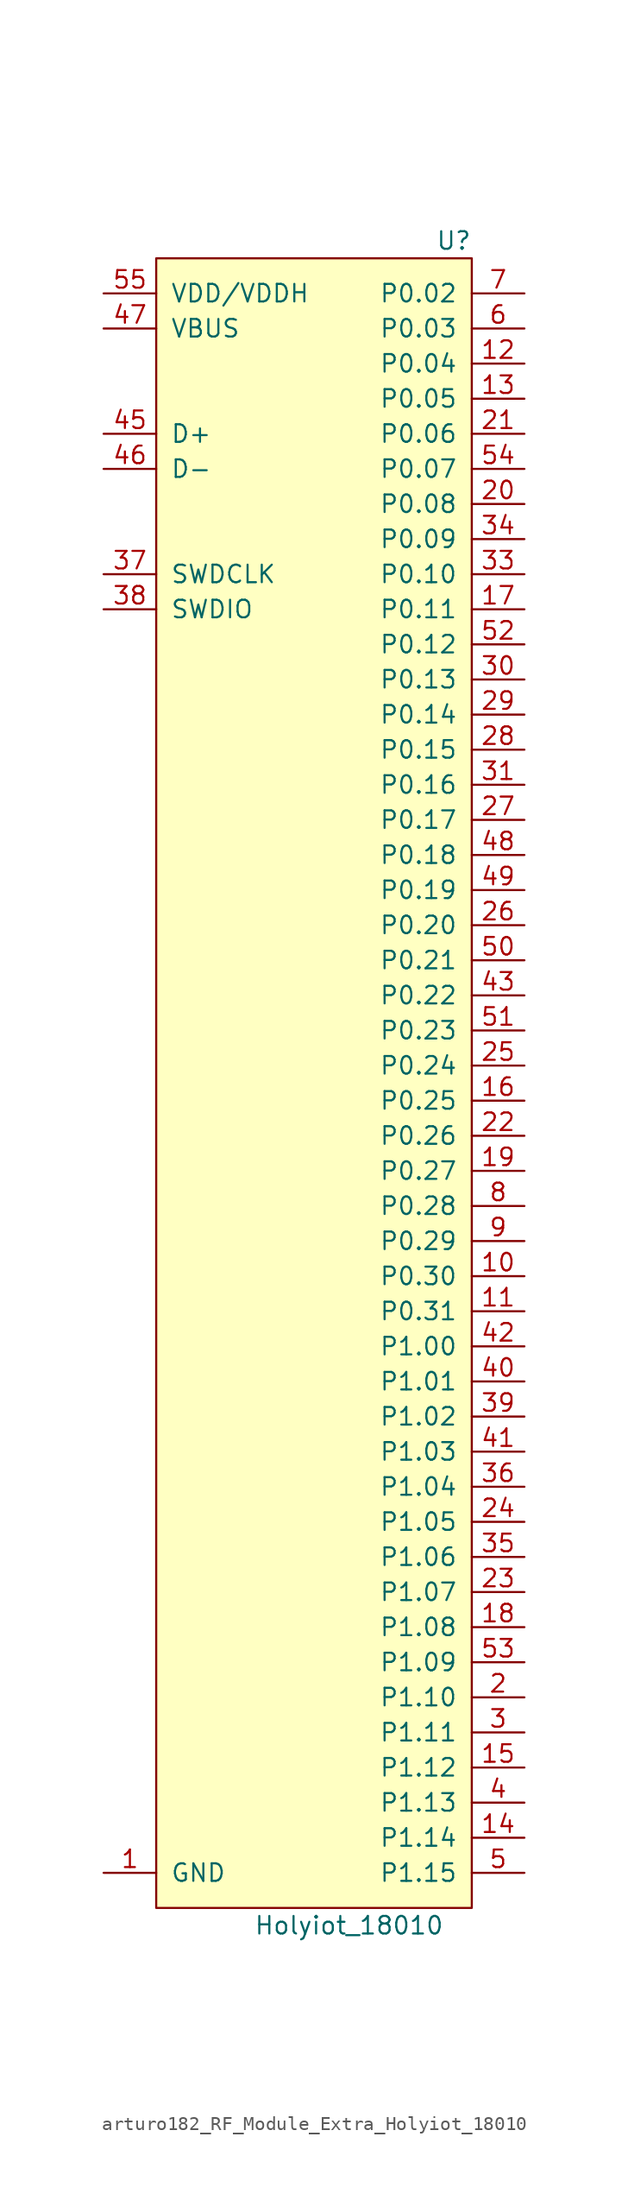
<source format=kicad_sym>
(kicad_symbol_lib
  (version 20220914)
  (generator kicad_symbol_editor)
  (symbol "arturo182_RF_Module_Extra_Holyiot_18010"
    (pin_names
      (offset 1.016))
    (property "Reference" "U"
      (at 11.43 57.15 0)
      (effects (font (size 1.27 1.27)) (justify right)))
    (property "Value" "Holyiot_18010"
      (at 2.54 -64.77 0)
      (effects (font (size 1.27 1.27))))
    (symbol "arturo182_RF_Module_Extra_Holyiot_18010_0_1"
      (rectangle (start -11.43 55.88) (end 11.43 -63.5) (stroke (width 0) (type default)) (fill (type background))))
    (symbol "arturo182_RF_Module_Extra_Holyiot_18010_1_1"
      (pin power_in line (at -15.24 -60.96 0) (length 3.81) (name "GND" (effects (font (size 1.27 1.27)))) (number "1" (effects (font (size 1.27 1.27)))))
      (pin bidirectional line (at 15.24 -17.78 180) (length 3.81) (name "P0.30" (effects (font (size 1.27 1.27)))) (number "10" (effects (font (size 1.27 1.27)))))
      (pin bidirectional line (at 15.24 -20.32 180) (length 3.81) (name "P0.31" (effects (font (size 1.27 1.27)))) (number "11" (effects (font (size 1.27 1.27)))))
      (pin bidirectional line (at 15.24 48.26 180) (length 3.81) (name "P0.04" (effects (font (size 1.27 1.27)))) (number "12" (effects (font (size 1.27 1.27)))))
      (pin bidirectional line (at 15.24 45.72 180) (length 3.81) (name "P0.05" (effects (font (size 1.27 1.27)))) (number "13" (effects (font (size 1.27 1.27)))))
      (pin bidirectional line (at 15.24 -58.42 180) (length 3.81) (name "P1.14" (effects (font (size 1.27 1.27)))) (number "14" (effects (font (size 1.27 1.27)))))
      (pin bidirectional line (at 15.24 -53.34 180) (length 3.81) (name "P1.12" (effects (font (size 1.27 1.27)))) (number "15" (effects (font (size 1.27 1.27)))))
      (pin bidirectional line (at 15.24 -5.08 180) (length 3.81) (name "P0.25" (effects (font (size 1.27 1.27)))) (number "16" (effects (font (size 1.27 1.27)))))
      (pin bidirectional line (at 15.24 30.48 180) (length 3.81) (name "P0.11" (effects (font (size 1.27 1.27)))) (number "17" (effects (font (size 1.27 1.27)))))
      (pin bidirectional line (at 15.24 -43.18 180) (length 3.81) (name "P1.08" (effects (font (size 1.27 1.27)))) (number "18" (effects (font (size 1.27 1.27)))))
      (pin bidirectional line (at 15.24 -10.16 180) (length 3.81) (name "P0.27" (effects (font (size 1.27 1.27)))) (number "19" (effects (font (size 1.27 1.27)))))
      (pin bidirectional line (at 15.24 -48.26 180) (length 3.81) (name "P1.10" (effects (font (size 1.27 1.27)))) (number "2" (effects (font (size 1.27 1.27)))))
      (pin bidirectional line (at 15.24 38.1 180) (length 3.81) (name "P0.08" (effects (font (size 1.27 1.27)))) (number "20" (effects (font (size 1.27 1.27)))))
      (pin bidirectional line (at 15.24 43.18 180) (length 3.81) (name "P0.06" (effects (font (size 1.27 1.27)))) (number "21" (effects (font (size 1.27 1.27)))))
      (pin bidirectional line (at 15.24 -7.62 180) (length 3.81) (name "P0.26" (effects (font (size 1.27 1.27)))) (number "22" (effects (font (size 1.27 1.27)))))
      (pin bidirectional line (at 15.24 -40.64 180) (length 3.81) (name "P1.07" (effects (font (size 1.27 1.27)))) (number "23" (effects (font (size 1.27 1.27)))))
      (pin bidirectional line (at 15.24 -35.56 180) (length 3.81) (name "P1.05" (effects (font (size 1.27 1.27)))) (number "24" (effects (font (size 1.27 1.27)))))
      (pin bidirectional line (at 15.24 -2.54 180) (length 3.81) (name "P0.24" (effects (font (size 1.27 1.27)))) (number "25" (effects (font (size 1.27 1.27)))))
      (pin bidirectional line (at 15.24 7.62 180) (length 3.81) (name "P0.20" (effects (font (size 1.27 1.27)))) (number "26" (effects (font (size 1.27 1.27)))))
      (pin bidirectional line (at 15.24 15.24 180) (length 3.81) (name "P0.17" (effects (font (size 1.27 1.27)))) (number "27" (effects (font (size 1.27 1.27)))))
      (pin bidirectional line (at 15.24 20.32 180) (length 3.81) (name "P0.15" (effects (font (size 1.27 1.27)))) (number "28" (effects (font (size 1.27 1.27)))))
      (pin bidirectional line (at 15.24 22.86 180) (length 3.81) (name "P0.14" (effects (font (size 1.27 1.27)))) (number "29" (effects (font (size 1.27 1.27)))))
      (pin bidirectional line (at 15.24 -50.8 180) (length 3.81) (name "P1.11" (effects (font (size 1.27 1.27)))) (number "3" (effects (font (size 1.27 1.27)))))
      (pin bidirectional line (at 15.24 25.4 180) (length 3.81) (name "P0.13" (effects (font (size 1.27 1.27)))) (number "30" (effects (font (size 1.27 1.27)))))
      (pin bidirectional line (at 15.24 17.78 180) (length 3.81) (name "P0.16" (effects (font (size 1.27 1.27)))) (number "31" (effects (font (size 1.27 1.27)))))
      (pin passive line (at -15.24 -60.96 0) (length 3.81) hide (name "GND" (effects (font (size 1.27 1.27)))) (number "32" (effects (font (size 1.27 1.27)))))
      (pin bidirectional line (at 15.24 33.02 180) (length 3.81) (name "P0.10" (effects (font (size 1.27 1.27)))) (number "33" (effects (font (size 1.27 1.27)))))
      (pin bidirectional line (at 15.24 35.56 180) (length 3.81) (name "P0.09" (effects (font (size 1.27 1.27)))) (number "34" (effects (font (size 1.27 1.27)))))
      (pin bidirectional line (at 15.24 -38.1 180) (length 3.81) (name "P1.06" (effects (font (size 1.27 1.27)))) (number "35" (effects (font (size 1.27 1.27)))))
      (pin bidirectional line (at 15.24 -33.02 180) (length 3.81) (name "P1.04" (effects (font (size 1.27 1.27)))) (number "36" (effects (font (size 1.27 1.27)))))
      (pin input line (at -15.24 33.02 0) (length 3.81) (name "SWDCLK" (effects (font (size 1.27 1.27)))) (number "37" (effects (font (size 1.27 1.27)))))
      (pin bidirectional line (at -15.24 30.48 0) (length 3.81) (name "SWDIO" (effects (font (size 1.27 1.27)))) (number "38" (effects (font (size 1.27 1.27)))))
      (pin bidirectional line (at 15.24 -27.94 180) (length 3.81) (name "P1.02" (effects (font (size 1.27 1.27)))) (number "39" (effects (font (size 1.27 1.27)))))
      (pin bidirectional line (at 15.24 -55.88 180) (length 3.81) (name "P1.13" (effects (font (size 1.27 1.27)))) (number "4" (effects (font (size 1.27 1.27)))))
      (pin bidirectional line (at 15.24 -25.4 180) (length 3.81) (name "P1.01" (effects (font (size 1.27 1.27)))) (number "40" (effects (font (size 1.27 1.27)))))
      (pin bidirectional line (at 15.24 -30.48 180) (length 3.81) (name "P1.03" (effects (font (size 1.27 1.27)))) (number "41" (effects (font (size 1.27 1.27)))))
      (pin bidirectional line (at 15.24 -22.86 180) (length 3.81) (name "P1.00" (effects (font (size 1.27 1.27)))) (number "42" (effects (font (size 1.27 1.27)))))
      (pin bidirectional line (at 15.24 2.54 180) (length 3.81) (name "P0.22" (effects (font (size 1.27 1.27)))) (number "43" (effects (font (size 1.27 1.27)))))
      (pin passive line (at -15.24 -60.96 0) (length 3.81) hide (name "GND" (effects (font (size 1.27 1.27)))) (number "44" (effects (font (size 1.27 1.27)))))
      (pin bidirectional line (at -15.24 43.18 0) (length 3.81) (name "D+" (effects (font (size 1.27 1.27)))) (number "45" (effects (font (size 1.27 1.27)))))
      (pin bidirectional line (at -15.24 40.64 0) (length 3.81) (name "D-" (effects (font (size 1.27 1.27)))) (number "46" (effects (font (size 1.27 1.27)))))
      (pin power_in line (at -15.24 50.8 0) (length 3.81) (name "VBUS" (effects (font (size 1.27 1.27)))) (number "47" (effects (font (size 1.27 1.27)))))
      (pin bidirectional line (at 15.24 12.7 180) (length 3.81) (name "P0.18" (effects (font (size 1.27 1.27)))) (number "48" (effects (font (size 1.27 1.27)))))
      (pin bidirectional line (at 15.24 10.16 180) (length 3.81) (name "P0.19" (effects (font (size 1.27 1.27)))) (number "49" (effects (font (size 1.27 1.27)))))
      (pin bidirectional line (at 15.24 -60.96 180) (length 3.81) (name "P1.15" (effects (font (size 1.27 1.27)))) (number "5" (effects (font (size 1.27 1.27)))))
      (pin bidirectional line (at 15.24 5.08 180) (length 3.81) (name "P0.21" (effects (font (size 1.27 1.27)))) (number "50" (effects (font (size 1.27 1.27)))))
      (pin bidirectional line (at 15.24 0 180) (length 3.81) (name "P0.23" (effects (font (size 1.27 1.27)))) (number "51" (effects (font (size 1.27 1.27)))))
      (pin bidirectional line (at 15.24 27.94 180) (length 3.81) (name "P0.12" (effects (font (size 1.27 1.27)))) (number "52" (effects (font (size 1.27 1.27)))))
      (pin bidirectional line (at 15.24 -45.72 180) (length 3.81) (name "P1.09" (effects (font (size 1.27 1.27)))) (number "53" (effects (font (size 1.27 1.27)))))
      (pin bidirectional line (at 15.24 40.64 180) (length 3.81) (name "P0.07" (effects (font (size 1.27 1.27)))) (number "54" (effects (font (size 1.27 1.27)))))
      (pin power_in line (at -15.24 53.34 0) (length 3.81) (name "VDD/VDDH" (effects (font (size 1.27 1.27)))) (number "55" (effects (font (size 1.27 1.27)))))
      (pin bidirectional line (at 15.24 50.8 180) (length 3.81) (name "P0.03" (effects (font (size 1.27 1.27)))) (number "6" (effects (font (size 1.27 1.27)))))
      (pin bidirectional line (at 15.24 53.34 180) (length 3.81) (name "P0.02" (effects (font (size 1.27 1.27)))) (number "7" (effects (font (size 1.27 1.27)))))
      (pin bidirectional line (at 15.24 -12.7 180) (length 3.81) (name "P0.28" (effects (font (size 1.27 1.27)))) (number "8" (effects (font (size 1.27 1.27)))))
      (pin bidirectional line (at 15.24 -15.24 180) (length 3.81) (name "P0.29" (effects (font (size 1.27 1.27)))) (number "9" (effects (font (size 1.27 1.27))))))))
</source>
